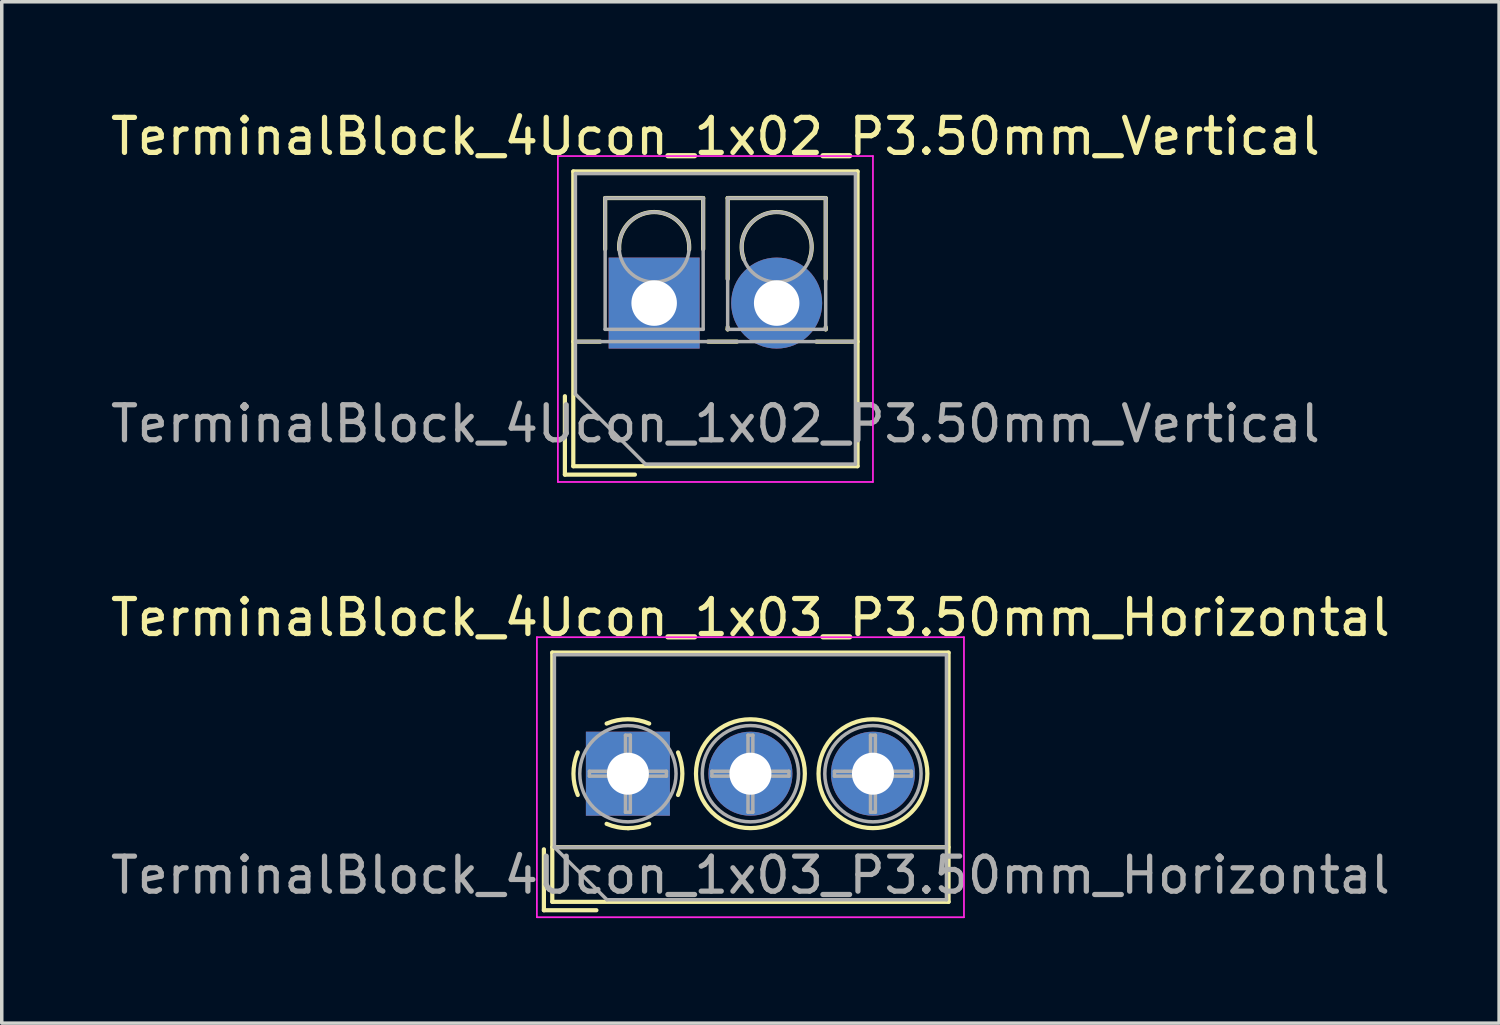
<source format=kicad_pcb>
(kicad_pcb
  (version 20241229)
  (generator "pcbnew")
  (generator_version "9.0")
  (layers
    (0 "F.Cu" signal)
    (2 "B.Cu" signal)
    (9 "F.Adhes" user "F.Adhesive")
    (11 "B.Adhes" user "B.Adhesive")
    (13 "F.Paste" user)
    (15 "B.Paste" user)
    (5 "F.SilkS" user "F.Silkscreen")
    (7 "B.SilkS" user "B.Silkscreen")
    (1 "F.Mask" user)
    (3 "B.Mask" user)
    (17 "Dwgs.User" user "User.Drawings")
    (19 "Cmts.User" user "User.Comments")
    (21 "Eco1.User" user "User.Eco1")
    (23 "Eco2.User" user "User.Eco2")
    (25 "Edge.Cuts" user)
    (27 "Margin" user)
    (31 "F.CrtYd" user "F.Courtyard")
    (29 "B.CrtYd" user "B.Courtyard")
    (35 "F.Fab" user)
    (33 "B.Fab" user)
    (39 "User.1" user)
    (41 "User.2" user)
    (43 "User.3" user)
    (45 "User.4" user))
  (footprint "TerminalBlock_4Ucon_1x03_P3.50mm_Horizontal"
    (layer "F.Cu")
    (at 14.887 19.052)
    (property "Reference" "TerminalBlock_4Ucon_1x03_P3.50mm_Horizontal" (at 3.5 -4.46 0) (layer "F.SilkS") (effects (font (size 1 1) (thickness 0.15))))
    (attr through_hole)
    (fp_line (start -2.4 2.16) (end -2.4 3.9) (stroke (width 0.12) (type solid)) (layer "F.SilkS"))
    (fp_line (start -2.4 3.9) (end -0.9 3.9) (stroke (width 0.12) (type solid)) (layer "F.SilkS"))
    (fp_line (start -2.16 -3.46) (end -2.16 3.66) (stroke (width 0.12) (type solid)) (layer "F.SilkS"))
    (fp_line (start -2.16 -3.46) (end 9.16 -3.46) (stroke (width 0.12) (type solid)) (layer "F.SilkS"))
    (fp_line (start -2.16 2.1) (end 9.16 2.1) (stroke (width 0.12) (type solid)) (layer "F.SilkS"))
    (fp_line (start -2.16 3.66) (end 9.16 3.66) (stroke (width 0.12) (type solid)) (layer "F.SilkS"))
    (fp_line (start 9.16 -3.46) (end 9.16 3.66) (stroke (width 0.12) (type solid)) (layer "F.SilkS"))
    (fp_arc (start -1.432109 0.607742) (mid -1.555727 -0.00014) (end -1.432 -0.608) (stroke (width 0.12) (type solid)) (layer "F.SilkS"))
    (fp_arc (start -0.607742 -1.432109) (mid 0.00014 -1.555727) (end 0.608 -1.432) (stroke (width 0.12) (type solid)) (layer "F.SilkS"))
    (fp_arc (start 0.027011 1.555493) (mid -0.296984 1.527118) (end -0.608 1.432) (stroke (width 0.12) (type solid)) (layer "F.SilkS"))
    (fp_arc (start 0.607587 1.431385) (mid 0.310017 1.523783) (end 0 1.555) (stroke (width 0.12) (type solid)) (layer "F.SilkS"))
    (fp_arc (start 1.432109 -0.607742) (mid 1.555727 0.00014) (end 1.432 0.608) (stroke (width 0.12) (type solid)) (layer "F.SilkS"))
    (fp_circle (center 3.5 0) (end 5.055 0) (stroke (width 0.12) (type solid)) (fill no) (layer "F.SilkS"))
    (fp_circle (center 7 0) (end 8.555 0) (stroke (width 0.12) (type solid)) (fill no) (layer "F.SilkS"))
    (fp_line (start -2.6 -3.9) (end -2.6 4.1) (stroke (width 0.05) (type solid)) (layer "F.CrtYd"))
    (fp_line (start -2.6 4.1) (end 9.6 4.1) (stroke (width 0.05) (type solid)) (layer "F.CrtYd"))
    (fp_line (start 9.6 -3.9) (end -2.6 -3.9) (stroke (width 0.05) (type solid)) (layer "F.CrtYd"))
    (fp_line (start 9.6 4.1) (end 9.6 -3.9) (stroke (width 0.05) (type solid)) (layer "F.CrtYd"))
    (fp_line (start -2.1 -3.4) (end 9.1 -3.4) (stroke (width 0.1) (type solid)) (layer "F.Fab"))
    (fp_line (start -2.1 2.1) (end -2.1 -3.4) (stroke (width 0.1) (type solid)) (layer "F.Fab"))
    (fp_line (start -2.1 2.1) (end 9.1 2.1) (stroke (width 0.1) (type solid)) (layer "F.Fab"))
    (fp_line (start -1.1 -0.069) (end -0.069 -0.069) (stroke (width 0.1) (type solid)) (layer "F.Fab"))
    (fp_line (start -1.1 0.069) (end -1.1 -0.069) (stroke (width 0.1) (type solid)) (layer "F.Fab"))
    (fp_line (start -0.6 3.6) (end -2.1 2.1) (stroke (width 0.1) (type solid)) (layer "F.Fab"))
    (fp_line (start -0.069 -1.1) (end 0.069 -1.1) (stroke (width 0.1) (type solid)) (layer "F.Fab"))
    (fp_line (start -0.069 -0.069) (end -0.069 -1.1) (stroke (width 0.1) (type solid)) (layer "F.Fab"))
    (fp_line (start -0.069 0.069) (end -1.1 0.069) (stroke (width 0.1) (type solid)) (layer "F.Fab"))
    (fp_line (start -0.069 1.1) (end -0.069 0.069) (stroke (width 0.1) (type solid)) (layer "F.Fab"))
    (fp_line (start 0.069 -1.1) (end 0.069 -0.069) (stroke (width 0.1) (type solid)) (layer "F.Fab"))
    (fp_line (start 0.069 -0.069) (end 1.1 -0.069) (stroke (width 0.1) (type solid)) (layer "F.Fab"))
    (fp_line (start 0.069 0.069) (end 0.069 1.1) (stroke (width 0.1) (type solid)) (layer "F.Fab"))
    (fp_line (start 0.069 1.1) (end -0.069 1.1) (stroke (width 0.1) (type solid)) (layer "F.Fab"))
    (fp_line (start 1.1 -0.069) (end 1.1 0.069) (stroke (width 0.1) (type solid)) (layer "F.Fab"))
    (fp_line (start 1.1 0.069) (end 0.069 0.069) (stroke (width 0.1) (type solid)) (layer "F.Fab"))
    (fp_line (start 2.4 -0.069) (end 3.431 -0.069) (stroke (width 0.1) (type solid)) (layer "F.Fab"))
    (fp_line (start 2.4 0.069) (end 2.4 -0.069) (stroke (width 0.1) (type solid)) (layer "F.Fab"))
    (fp_line (start 3.431 -1.1) (end 3.569 -1.1) (stroke (width 0.1) (type solid)) (layer "F.Fab"))
    (fp_line (start 3.431 -0.069) (end 3.431 -1.1) (stroke (width 0.1) (type solid)) (layer "F.Fab"))
    (fp_line (start 3.431 0.069) (end 2.4 0.069) (stroke (width 0.1) (type solid)) (layer "F.Fab"))
    (fp_line (start 3.431 1.1) (end 3.431 0.069) (stroke (width 0.1) (type solid)) (layer "F.Fab"))
    (fp_line (start 3.569 -1.1) (end 3.569 -0.069) (stroke (width 0.1) (type solid)) (layer "F.Fab"))
    (fp_line (start 3.569 -0.069) (end 4.6 -0.069) (stroke (width 0.1) (type solid)) (layer "F.Fab"))
    (fp_line (start 3.569 0.069) (end 3.569 1.1) (stroke (width 0.1) (type solid)) (layer "F.Fab"))
    (fp_line (start 3.569 1.1) (end 3.431 1.1) (stroke (width 0.1) (type solid)) (layer "F.Fab"))
    (fp_line (start 4.6 -0.069) (end 4.6 0.069) (stroke (width 0.1) (type solid)) (layer "F.Fab"))
    (fp_line (start 4.6 0.069) (end 3.569 0.069) (stroke (width 0.1) (type solid)) (layer "F.Fab"))
    (fp_line (start 5.9 -0.069) (end 6.931 -0.069) (stroke (width 0.1) (type solid)) (layer "F.Fab"))
    (fp_line (start 5.9 0.069) (end 5.9 -0.069) (stroke (width 0.1) (type solid)) (layer "F.Fab"))
    (fp_line (start 6.931 -1.1) (end 7.069 -1.1) (stroke (width 0.1) (type solid)) (layer "F.Fab"))
    (fp_line (start 6.931 -0.069) (end 6.931 -1.1) (stroke (width 0.1) (type solid)) (layer "F.Fab"))
    (fp_line (start 6.931 0.069) (end 5.9 0.069) (stroke (width 0.1) (type solid)) (layer "F.Fab"))
    (fp_line (start 6.931 1.1) (end 6.931 0.069) (stroke (width 0.1) (type solid)) (layer "F.Fab"))
    (fp_line (start 7.069 -1.1) (end 7.069 -0.069) (stroke (width 0.1) (type solid)) (layer "F.Fab"))
    (fp_line (start 7.069 -0.069) (end 8.1 -0.069) (stroke (width 0.1) (type solid)) (layer "F.Fab"))
    (fp_line (start 7.069 0.069) (end 7.069 1.1) (stroke (width 0.1) (type solid)) (layer "F.Fab"))
    (fp_line (start 7.069 1.1) (end 6.931 1.1) (stroke (width 0.1) (type solid)) (layer "F.Fab"))
    (fp_line (start 8.1 -0.069) (end 8.1 0.069) (stroke (width 0.1) (type solid)) (layer "F.Fab"))
    (fp_line (start 8.1 0.069) (end 7.069 0.069) (stroke (width 0.1) (type solid)) (layer "F.Fab"))
    (fp_line (start 9.1 -3.4) (end 9.1 3.6) (stroke (width 0.1) (type solid)) (layer "F.Fab"))
    (fp_line (start 9.1 3.6) (end -0.6 3.6) (stroke (width 0.1) (type solid)) (layer "F.Fab"))
    (fp_circle (center 0 0) (end 1.375 0) (stroke (width 0.1) (type solid)) (fill no) (layer "F.Fab"))
    (fp_circle (center 3.5 0) (end 4.875 0) (stroke (width 0.1) (type solid)) (fill no) (layer "F.Fab"))
    (fp_circle (center 7 0) (end 8.375 0) (stroke (width 0.1) (type solid)) (fill no) (layer "F.Fab"))
    (fp_text user "${REFERENCE}" (at 3.5 2.9 0) (layer "F.Fab") (effects (font (size 1 1) (thickness 0.15))))
    (pad "1" thru_hole rect (at 0 0) (size 2.4 2.4) (drill 1.2) (layers "*.Cu" "*.Mask"))
    (pad "2" thru_hole circle (at 3.5 0) (size 2.4 2.4) (drill 1.2) (layers "*.Cu" "*.Mask"))
    (pad "3" thru_hole circle (at 7 0) (size 2.4 2.4) (drill 1.2) (layers "*.Cu" "*.Mask")))
  (footprint "TerminalBlock_4Ucon_1x02_P3.50mm_Vertical"
    (layer "F.Cu")
    (at 15.637 5.608)
    (property "Reference" "TerminalBlock_4Ucon_1x02_P3.50mm_Vertical" (at 1.75 -4.76 0) (layer "F.SilkS") (effects (font (size 1 1) (thickness 0.15))))
    (attr through_hole)
    (fp_line (start -2.55 2.66) (end -2.55 4.9) (stroke (width 0.12) (type solid)) (layer "F.SilkS"))
    (fp_line (start -2.55 4.9) (end -0.55 4.9) (stroke (width 0.12) (type solid)) (layer "F.SilkS"))
    (fp_line (start -2.31 -3.76) (end -2.31 4.66) (stroke (width 0.12) (type solid)) (layer "F.SilkS"))
    (fp_line (start -2.31 -3.76) (end 5.81 -3.76) (stroke (width 0.12) (type solid)) (layer "F.SilkS"))
    (fp_line (start -2.31 1.101) (end -1.54 1.101) (stroke (width 0.12) (type solid)) (layer "F.SilkS"))
    (fp_line (start -2.31 4.66) (end 5.81 4.66) (stroke (width 0.12) (type solid)) (layer "F.SilkS"))
    (fp_line (start -1.4 -3) (end -1.4 -1.54) (stroke (width 0.12) (type solid)) (layer "F.SilkS"))
    (fp_line (start -1.4 -3) (end 1.4 -3) (stroke (width 0.12) (type solid)) (layer "F.SilkS"))
    (fp_line (start 1.4 -3) (end 1.4 -1.54) (stroke (width 0.12) (type solid)) (layer "F.SilkS"))
    (fp_line (start 1.54 1.101) (end 2.367 1.101) (stroke (width 0.12) (type solid)) (layer "F.SilkS"))
    (fp_line (start 2.1 -3) (end 2.1 -0.689) (stroke (width 0.12) (type solid)) (layer "F.SilkS"))
    (fp_line (start 2.1 -3) (end 4.9 -3) (stroke (width 0.12) (type solid)) (layer "F.SilkS"))
    (fp_line (start 2.1 0.689) (end 2.1 0.75) (stroke (width 0.12) (type solid)) (layer "F.SilkS"))
    (fp_line (start 2.1 0.75) (end 2.101 0.75) (stroke (width 0.12) (type solid)) (layer "F.SilkS"))
    (fp_line (start 4.634 1.101) (end 5.81 1.101) (stroke (width 0.12) (type solid)) (layer "F.SilkS"))
    (fp_line (start 4.9 -3) (end 4.9 -0.689) (stroke (width 0.12) (type solid)) (layer "F.SilkS"))
    (fp_line (start 4.9 0.689) (end 4.9 0.75) (stroke (width 0.12) (type solid)) (layer "F.SilkS"))
    (fp_line (start 4.9 0.75) (end 4.9 0.75) (stroke (width 0.12) (type solid)) (layer "F.SilkS"))
    (fp_line (start 5.81 -3.76) (end 5.81 4.66) (stroke (width 0.12) (type solid)) (layer "F.SilkS"))
    (fp_arc (start -0.99789 -1.529434) (mid -0.000785 -2.600382) (end 0.998 -1.531) (stroke (width 0.12) (type solid)) (layer "F.SilkS"))
    (fp_arc (start 2.560085 -1.257767) (mid 3.499876 -2.600282) (end 4.44 -1.258) (stroke (width 0.12) (type solid)) (layer "F.SilkS"))
    (fp_line (start -2.75 -4.2) (end -2.75 5.11) (stroke (width 0.05) (type solid)) (layer "F.CrtYd"))
    (fp_line (start -2.75 5.11) (end 6.25 5.11) (stroke (width 0.05) (type solid)) (layer "F.CrtYd"))
    (fp_line (start 6.25 -4.2) (end -2.75 -4.2) (stroke (width 0.05) (type solid)) (layer "F.CrtYd"))
    (fp_line (start 6.25 5.11) (end 6.25 -4.2) (stroke (width 0.05) (type solid)) (layer "F.CrtYd"))
    (fp_line (start -2.25 -3.7) (end 5.75 -3.7) (stroke (width 0.1) (type solid)) (layer "F.Fab"))
    (fp_line (start -2.25 1.1) (end 5.75 1.1) (stroke (width 0.1) (type solid)) (layer "F.Fab"))
    (fp_line (start -2.25 2.6) (end -2.25 -3.7) (stroke (width 0.1) (type solid)) (layer "F.Fab"))
    (fp_line (start -1.4 -3) (end -1.4 0.75) (stroke (width 0.1) (type solid)) (layer "F.Fab"))
    (fp_line (start -1.4 0.75) (end 1.4 0.75) (stroke (width 0.1) (type solid)) (layer "F.Fab"))
    (fp_line (start -0.25 4.6) (end -2.25 2.6) (stroke (width 0.1) (type solid)) (layer "F.Fab"))
    (fp_line (start 1.4 -3) (end -1.4 -3) (stroke (width 0.1) (type solid)) (layer "F.Fab"))
    (fp_line (start 1.4 0.75) (end 1.4 -3) (stroke (width 0.1) (type solid)) (layer "F.Fab"))
    (fp_line (start 2.1 -3) (end 2.1 0.75) (stroke (width 0.1) (type solid)) (layer "F.Fab"))
    (fp_line (start 2.1 0.75) (end 4.9 0.75) (stroke (width 0.1) (type solid)) (layer "F.Fab"))
    (fp_line (start 4.9 -3) (end 2.1 -3) (stroke (width 0.1) (type solid)) (layer "F.Fab"))
    (fp_line (start 4.9 0.75) (end 4.9 -3) (stroke (width 0.1) (type solid)) (layer "F.Fab"))
    (fp_line (start 5.75 -3.7) (end 5.75 4.6) (stroke (width 0.1) (type solid)) (layer "F.Fab"))
    (fp_line (start 5.75 4.6) (end -0.25 4.6) (stroke (width 0.1) (type solid)) (layer "F.Fab"))
    (fp_circle (center 0 -1.6) (end 1 -1.6) (stroke (width 0.1) (type solid)) (fill no) (layer "F.Fab"))
    (fp_circle (center 3.5 -1.6) (end 4.5 -1.6) (stroke (width 0.1) (type solid)) (fill no) (layer "F.Fab"))
    (fp_text user "${REFERENCE}" (at 1.75 3.45 0) (layer "F.Fab") (effects (font (size 1 1) (thickness 0.15))))
    (pad "1" thru_hole rect (at 0 0) (size 2.6 2.6) (drill 1.3) (layers "*.Cu" "*.Mask"))
    (pad "2" thru_hole circle (at 3.5 0) (size 2.6 2.6) (drill 1.3) (layers "*.Cu" "*.Mask")))
  (gr_rect
    (start -3 -3)
    (end 39.774 26.177)
    (stroke (width 0.1) (type default))
    (fill no)
    (layer "Edge.Cuts")))
</source>
